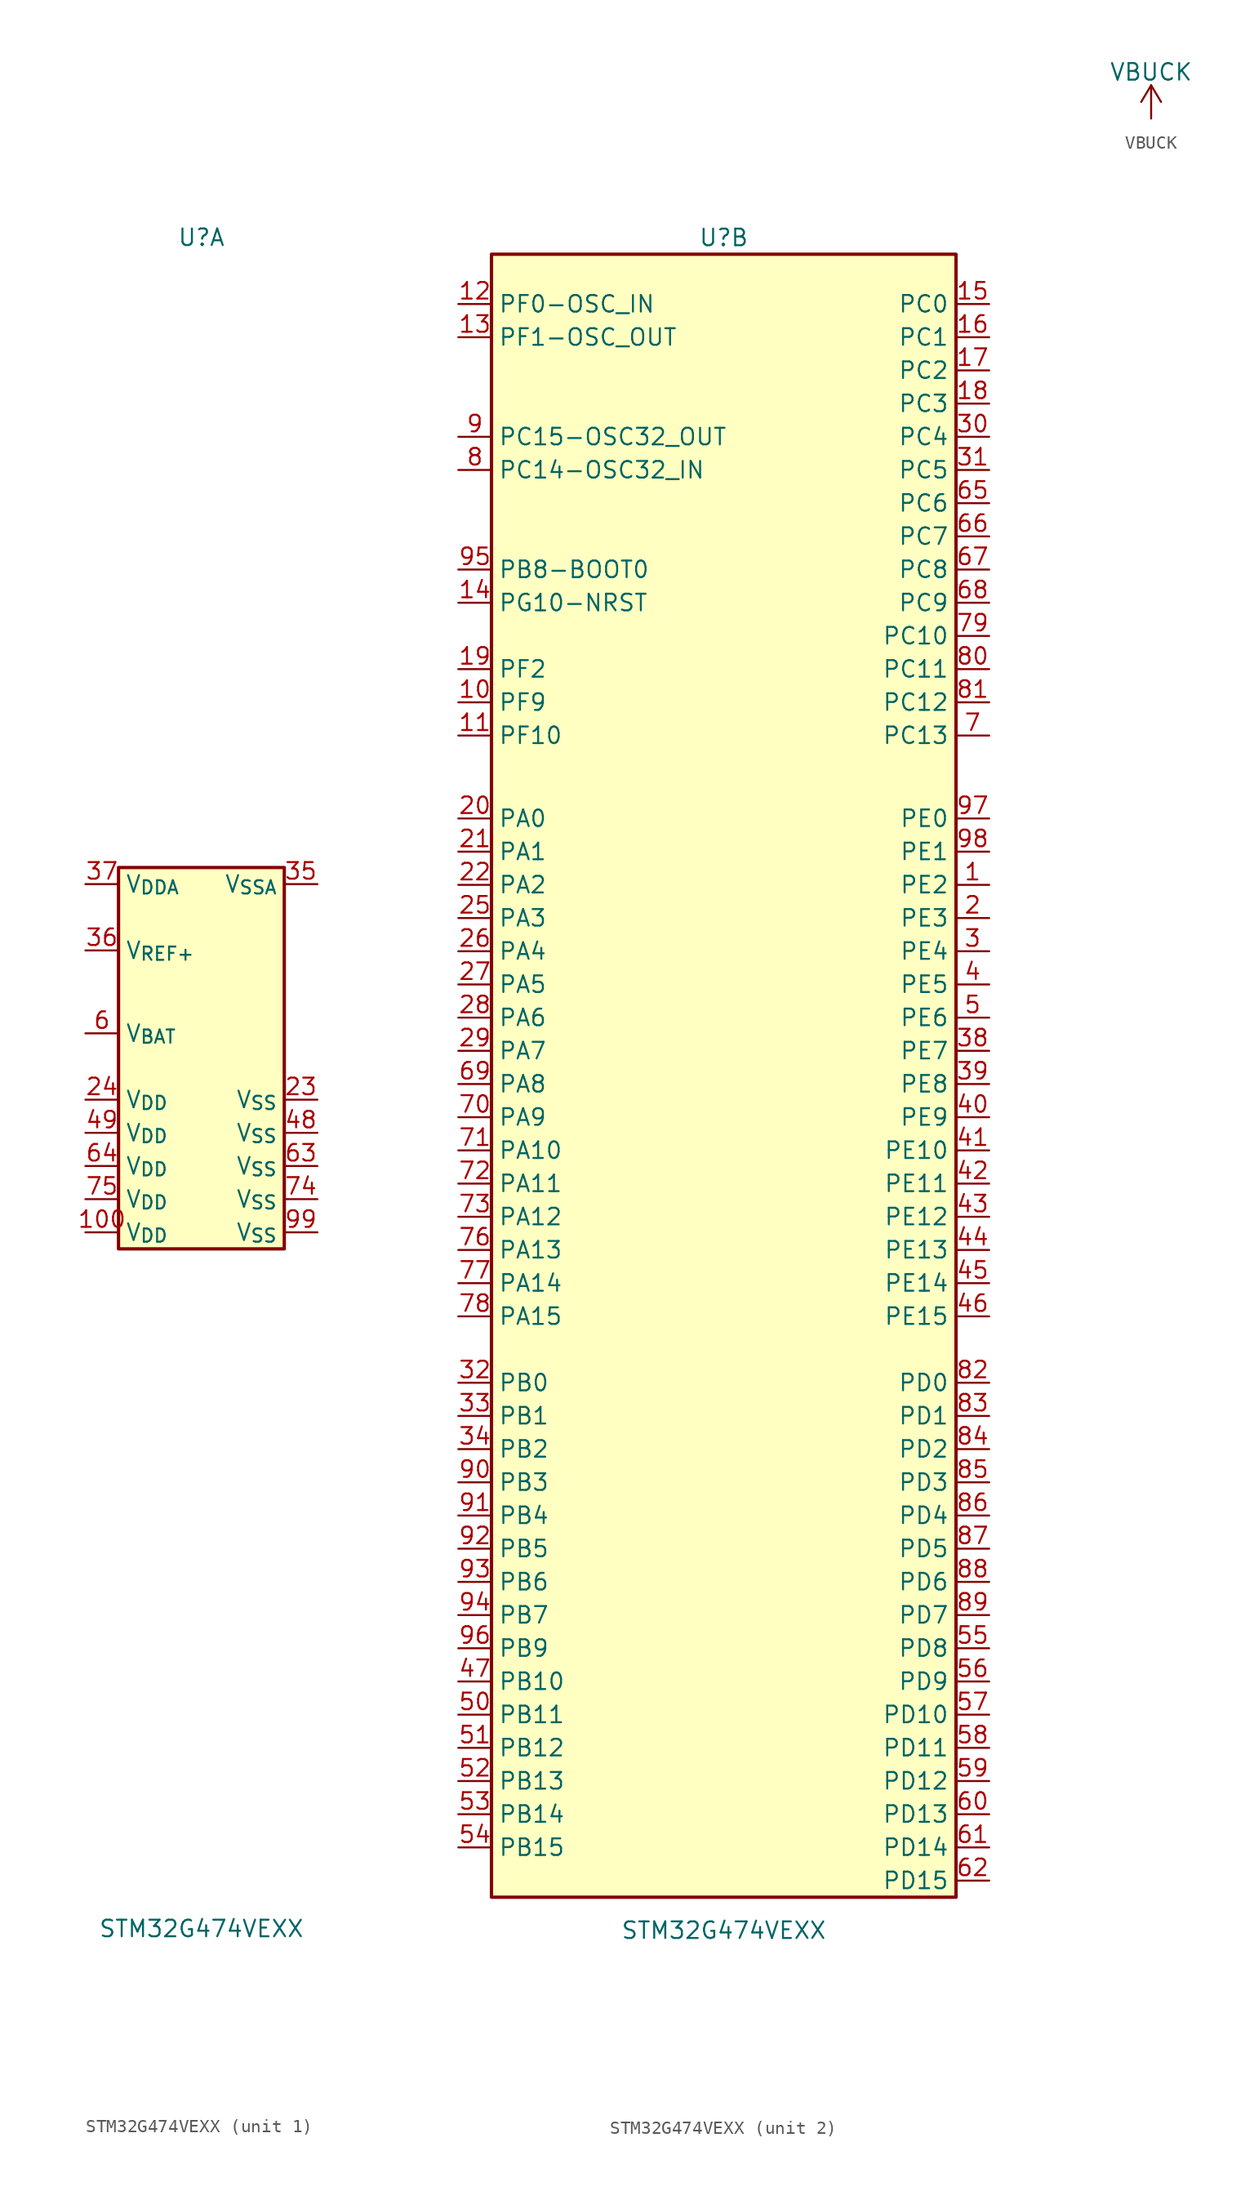
<source format=kicad_sym>
(kicad_symbol_lib
  (version 20220914)
  (generator kicad_symbol_editor)
  (symbol "STM32G474VEXX"
    (property "Reference" "U"
      (at 0 64.77 0)
      (effects (font (size 1.27 1.27))))
    (property "Value" "STM32G474VEXX"
      (at 0 -64.77 0)
      (effects (font (size 1.27 1.27))))
    (property "ki_locked" ""
      (at 0 0 0)
      (effects (font (size 1.27 1.27))))
    (symbol "STM32G474VEXX_1_1"
      (rectangle (start -6.35 16.51) (end 6.35 -12.7) (stroke (width 0.254) (type default)) (fill (type background)))
      (pin power_in line (at -8.89 -11.43 0) (length 2.54) (name "V_{DD}" (effects (font (size 1.27 1.27)))) (number "100" (effects (font (size 1.27 1.27)))))
      (pin power_in line (at 8.89 -1.27 180) (length 2.54) (name "V_{SS}" (effects (font (size 1.27 1.27)))) (number "23" (effects (font (size 1.27 1.27)))))
      (pin power_in line (at -8.89 -1.27 0) (length 2.54) (name "V_{DD}" (effects (font (size 1.27 1.27)))) (number "24" (effects (font (size 1.27 1.27)))))
      (pin power_in line (at 8.89 15.24 180) (length 2.54) (name "V_{SSA}" (effects (font (size 1.27 1.27)))) (number "35" (effects (font (size 1.27 1.27)))))
      (pin power_in line (at -8.89 10.16 0) (length 2.54) (name "V_{REF+}" (effects (font (size 1.27 1.27)))) (number "36" (effects (font (size 1.27 1.27)))))
      (pin power_in line (at -8.89 15.24 0) (length 2.54) (name "V_{DDA}" (effects (font (size 1.27 1.27)))) (number "37" (effects (font (size 1.27 1.27)))))
      (pin power_in line (at 8.89 -3.81 180) (length 2.54) (name "V_{SS}" (effects (font (size 1.27 1.27)))) (number "48" (effects (font (size 1.27 1.27)))))
      (pin power_in line (at -8.89 -3.81 0) (length 2.54) (name "V_{DD}" (effects (font (size 1.27 1.27)))) (number "49" (effects (font (size 1.27 1.27)))))
      (pin power_in line (at -8.89 3.81 0) (length 2.54) (name "V_{BAT}" (effects (font (size 1.27 1.27)))) (number "6" (effects (font (size 1.27 1.27)))))
      (pin power_in line (at 8.89 -6.35 180) (length 2.54) (name "V_{SS}" (effects (font (size 1.27 1.27)))) (number "63" (effects (font (size 1.27 1.27)))))
      (pin power_in line (at -8.89 -6.35 0) (length 2.54) (name "V_{DD}" (effects (font (size 1.27 1.27)))) (number "64" (effects (font (size 1.27 1.27)))))
      (pin power_in line (at 8.89 -8.89 180) (length 2.54) (name "V_{SS}" (effects (font (size 1.27 1.27)))) (number "74" (effects (font (size 1.27 1.27)))))
      (pin power_in line (at -8.89 -8.89 0) (length 2.54) (name "V_{DD}" (effects (font (size 1.27 1.27)))) (number "75" (effects (font (size 1.27 1.27)))))
      (pin power_in line (at 8.89 -11.43 180) (length 2.54) (name "V_{SS}" (effects (font (size 1.27 1.27)))) (number "99" (effects (font (size 1.27 1.27))))))
    (symbol "STM32G474VEXX_2_1"
      (rectangle (start -17.78 63.5) (end 17.78 -62.23) (stroke (width 0.254) (type default)) (fill (type background)))
      (pin power_in line (at 20.32 15.24 180) (length 2.54) (name "PE2" (effects (font (size 1.27 1.27)))) (number "1" (effects (font (size 1.27 1.27)))))
      (pin bidirectional line (at -20.32 29.21 0) (length 2.54) (name "PF9" (effects (font (size 1.27 1.27)))) (number "10" (effects (font (size 1.27 1.27)))))
      (pin bidirectional line (at -20.32 26.67 0) (length 2.54) (name "PF10" (effects (font (size 1.27 1.27)))) (number "11" (effects (font (size 1.27 1.27)))))
      (pin bidirectional line (at -20.32 59.69 0) (length 2.54) (name "PF0-OSC_IN" (effects (font (size 1.27 1.27)))) (number "12" (effects (font (size 1.27 1.27)))))
      (pin bidirectional line (at -20.32 57.15 0) (length 2.54) (name "PF1-OSC_OUT" (effects (font (size 1.27 1.27)))) (number "13" (effects (font (size 1.27 1.27)))))
      (pin bidirectional line (at -20.32 36.83 0) (length 2.54) (name "PG10-NRST" (effects (font (size 1.27 1.27)))) (number "14" (effects (font (size 1.27 1.27)))))
      (pin power_in line (at 20.32 59.69 180) (length 2.54) (name "PC0" (effects (font (size 1.27 1.27)))) (number "15" (effects (font (size 1.27 1.27)))))
      (pin power_in line (at 20.32 57.15 180) (length 2.54) (name "PC1" (effects (font (size 1.27 1.27)))) (number "16" (effects (font (size 1.27 1.27)))))
      (pin power_in line (at 20.32 54.61 180) (length 2.54) (name "PC2" (effects (font (size 1.27 1.27)))) (number "17" (effects (font (size 1.27 1.27)))))
      (pin power_in line (at 20.32 52.07 180) (length 2.54) (name "PC3" (effects (font (size 1.27 1.27)))) (number "18" (effects (font (size 1.27 1.27)))))
      (pin bidirectional line (at -20.32 31.75 0) (length 2.54) (name "PF2" (effects (font (size 1.27 1.27)))) (number "19" (effects (font (size 1.27 1.27)))))
      (pin power_in line (at 20.32 12.7 180) (length 2.54) (name "PE3" (effects (font (size 1.27 1.27)))) (number "2" (effects (font (size 1.27 1.27)))))
      (pin power_in line (at -20.32 20.32 0) (length 2.54) (name "PA0" (effects (font (size 1.27 1.27)))) (number "20" (effects (font (size 1.27 1.27)))))
      (pin bidirectional line (at -20.32 17.78 0) (length 2.54) (name "PA1" (effects (font (size 1.27 1.27)))) (number "21" (effects (font (size 1.27 1.27)))))
      (pin bidirectional line (at -20.32 15.24 0) (length 2.54) (name "PA2" (effects (font (size 1.27 1.27)))) (number "22" (effects (font (size 1.27 1.27)))))
      (pin bidirectional line (at -20.32 12.7 0) (length 2.54) (name "PA3" (effects (font (size 1.27 1.27)))) (number "25" (effects (font (size 1.27 1.27)))))
      (pin bidirectional line (at -20.32 10.16 0) (length 2.54) (name "PA4" (effects (font (size 1.27 1.27)))) (number "26" (effects (font (size 1.27 1.27)))))
      (pin bidirectional line (at -20.32 7.62 0) (length 2.54) (name "PA5" (effects (font (size 1.27 1.27)))) (number "27" (effects (font (size 1.27 1.27)))))
      (pin bidirectional line (at -20.32 5.08 0) (length 2.54) (name "PA6" (effects (font (size 1.27 1.27)))) (number "28" (effects (font (size 1.27 1.27)))))
      (pin bidirectional line (at -20.32 2.54 0) (length 2.54) (name "PA7" (effects (font (size 1.27 1.27)))) (number "29" (effects (font (size 1.27 1.27)))))
      (pin power_in line (at 20.32 10.16 180) (length 2.54) (name "PE4" (effects (font (size 1.27 1.27)))) (number "3" (effects (font (size 1.27 1.27)))))
      (pin power_in line (at 20.32 49.53 180) (length 2.54) (name "PC4" (effects (font (size 1.27 1.27)))) (number "30" (effects (font (size 1.27 1.27)))))
      (pin power_in line (at 20.32 46.99 180) (length 2.54) (name "PC5" (effects (font (size 1.27 1.27)))) (number "31" (effects (font (size 1.27 1.27)))))
      (pin bidirectional line (at -20.32 -22.86 0) (length 2.54) (name "PB0" (effects (font (size 1.27 1.27)))) (number "32" (effects (font (size 1.27 1.27)))))
      (pin bidirectional line (at -20.32 -25.4 0) (length 2.54) (name "PB1" (effects (font (size 1.27 1.27)))) (number "33" (effects (font (size 1.27 1.27)))))
      (pin bidirectional line (at -20.32 -27.94 0) (length 2.54) (name "PB2" (effects (font (size 1.27 1.27)))) (number "34" (effects (font (size 1.27 1.27)))))
      (pin power_in line (at 20.32 2.54 180) (length 2.54) (name "PE7" (effects (font (size 1.27 1.27)))) (number "38" (effects (font (size 1.27 1.27)))))
      (pin power_in line (at 20.32 0 180) (length 2.54) (name "PE8" (effects (font (size 1.27 1.27)))) (number "39" (effects (font (size 1.27 1.27)))))
      (pin power_in line (at 20.32 7.62 180) (length 2.54) (name "PE5" (effects (font (size 1.27 1.27)))) (number "4" (effects (font (size 1.27 1.27)))))
      (pin power_in line (at 20.32 -2.54 180) (length 2.54) (name "PE9" (effects (font (size 1.27 1.27)))) (number "40" (effects (font (size 1.27 1.27)))))
      (pin power_in line (at 20.32 -5.08 180) (length 2.54) (name "PE10" (effects (font (size 1.27 1.27)))) (number "41" (effects (font (size 1.27 1.27)))))
      (pin power_in line (at 20.32 -7.62 180) (length 2.54) (name "PE11" (effects (font (size 1.27 1.27)))) (number "42" (effects (font (size 1.27 1.27)))))
      (pin power_in line (at 20.32 -10.16 180) (length 2.54) (name "PE12" (effects (font (size 1.27 1.27)))) (number "43" (effects (font (size 1.27 1.27)))))
      (pin power_in line (at 20.32 -12.7 180) (length 2.54) (name "PE13" (effects (font (size 1.27 1.27)))) (number "44" (effects (font (size 1.27 1.27)))))
      (pin power_in line (at 20.32 -15.24 180) (length 2.54) (name "PE14" (effects (font (size 1.27 1.27)))) (number "45" (effects (font (size 1.27 1.27)))))
      (pin power_in line (at 20.32 -17.78 180) (length 2.54) (name "PE15" (effects (font (size 1.27 1.27)))) (number "46" (effects (font (size 1.27 1.27)))))
      (pin bidirectional line (at -20.32 -45.72 0) (length 2.54) (name "PB10" (effects (font (size 1.27 1.27)))) (number "47" (effects (font (size 1.27 1.27)))))
      (pin power_in line (at 20.32 5.08 180) (length 2.54) (name "PE6" (effects (font (size 1.27 1.27)))) (number "5" (effects (font (size 1.27 1.27)))))
      (pin bidirectional line (at -20.32 -48.26 0) (length 2.54) (name "PB11" (effects (font (size 1.27 1.27)))) (number "50" (effects (font (size 1.27 1.27)))))
      (pin bidirectional line (at -20.32 -50.8 0) (length 2.54) (name "PB12" (effects (font (size 1.27 1.27)))) (number "51" (effects (font (size 1.27 1.27)))))
      (pin bidirectional line (at -20.32 -53.34 0) (length 2.54) (name "PB13" (effects (font (size 1.27 1.27)))) (number "52" (effects (font (size 1.27 1.27)))))
      (pin bidirectional line (at -20.32 -55.88 0) (length 2.54) (name "PB14" (effects (font (size 1.27 1.27)))) (number "53" (effects (font (size 1.27 1.27)))))
      (pin bidirectional line (at -20.32 -58.42 0) (length 2.54) (name "PB15" (effects (font (size 1.27 1.27)))) (number "54" (effects (font (size 1.27 1.27)))))
      (pin bidirectional line (at 20.32 -43.18 180) (length 2.54) (name "PD8" (effects (font (size 1.27 1.27)))) (number "55" (effects (font (size 1.27 1.27)))))
      (pin bidirectional line (at 20.32 -45.72 180) (length 2.54) (name "PD9" (effects (font (size 1.27 1.27)))) (number "56" (effects (font (size 1.27 1.27)))))
      (pin bidirectional line (at 20.32 -48.26 180) (length 2.54) (name "PD10" (effects (font (size 1.27 1.27)))) (number "57" (effects (font (size 1.27 1.27)))))
      (pin bidirectional line (at 20.32 -50.8 180) (length 2.54) (name "PD11" (effects (font (size 1.27 1.27)))) (number "58" (effects (font (size 1.27 1.27)))))
      (pin bidirectional line (at 20.32 -53.34 180) (length 2.54) (name "PD12" (effects (font (size 1.27 1.27)))) (number "59" (effects (font (size 1.27 1.27)))))
      (pin bidirectional line (at 20.32 -55.88 180) (length 2.54) (name "PD13" (effects (font (size 1.27 1.27)))) (number "60" (effects (font (size 1.27 1.27)))))
      (pin bidirectional line (at 20.32 -58.42 180) (length 2.54) (name "PD14" (effects (font (size 1.27 1.27)))) (number "61" (effects (font (size 1.27 1.27)))))
      (pin bidirectional line (at 20.32 -60.96 180) (length 2.54) (name "PD15" (effects (font (size 1.27 1.27)))) (number "62" (effects (font (size 1.27 1.27)))))
      (pin power_in line (at 20.32 44.45 180) (length 2.54) (name "PC6" (effects (font (size 1.27 1.27)))) (number "65" (effects (font (size 1.27 1.27)))))
      (pin power_in line (at 20.32 41.91 180) (length 2.54) (name "PC7" (effects (font (size 1.27 1.27)))) (number "66" (effects (font (size 1.27 1.27)))))
      (pin power_in line (at 20.32 39.37 180) (length 2.54) (name "PC8" (effects (font (size 1.27 1.27)))) (number "67" (effects (font (size 1.27 1.27)))))
      (pin power_in line (at 20.32 36.83 180) (length 2.54) (name "PC9" (effects (font (size 1.27 1.27)))) (number "68" (effects (font (size 1.27 1.27)))))
      (pin bidirectional line (at -20.32 0 0) (length 2.54) (name "PA8" (effects (font (size 1.27 1.27)))) (number "69" (effects (font (size 1.27 1.27)))))
      (pin power_in line (at 20.32 26.67 180) (length 2.54) (name "PC13" (effects (font (size 1.27 1.27)))) (number "7" (effects (font (size 1.27 1.27)))))
      (pin bidirectional line (at -20.32 -2.54 0) (length 2.54) (name "PA9" (effects (font (size 1.27 1.27)))) (number "70" (effects (font (size 1.27 1.27)))))
      (pin bidirectional line (at -20.32 -5.08 0) (length 2.54) (name "PA10" (effects (font (size 1.27 1.27)))) (number "71" (effects (font (size 1.27 1.27)))))
      (pin bidirectional line (at -20.32 -7.62 0) (length 2.54) (name "PA11" (effects (font (size 1.27 1.27)))) (number "72" (effects (font (size 1.27 1.27)))))
      (pin bidirectional line (at -20.32 -10.16 0) (length 2.54) (name "PA12" (effects (font (size 1.27 1.27)))) (number "73" (effects (font (size 1.27 1.27)))))
      (pin bidirectional line (at -20.32 -12.7 0) (length 2.54) (name "PA13" (effects (font (size 1.27 1.27)))) (number "76" (effects (font (size 1.27 1.27)))))
      (pin bidirectional line (at -20.32 -15.24 0) (length 2.54) (name "PA14" (effects (font (size 1.27 1.27)))) (number "77" (effects (font (size 1.27 1.27)))))
      (pin bidirectional line (at -20.32 -17.78 0) (length 2.54) (name "PA15" (effects (font (size 1.27 1.27)))) (number "78" (effects (font (size 1.27 1.27)))))
      (pin power_in line (at 20.32 34.29 180) (length 2.54) (name "PC10" (effects (font (size 1.27 1.27)))) (number "79" (effects (font (size 1.27 1.27)))))
      (pin power_in line (at -20.32 46.99 0) (length 2.54) (name "PC14-OSC32_IN" (effects (font (size 1.27 1.27)))) (number "8" (effects (font (size 1.27 1.27)))))
      (pin power_in line (at 20.32 31.75 180) (length 2.54) (name "PC11" (effects (font (size 1.27 1.27)))) (number "80" (effects (font (size 1.27 1.27)))))
      (pin power_in line (at 20.32 29.21 180) (length 2.54) (name "PC12" (effects (font (size 1.27 1.27)))) (number "81" (effects (font (size 1.27 1.27)))))
      (pin bidirectional line (at 20.32 -22.86 180) (length 2.54) (name "PD0" (effects (font (size 1.27 1.27)))) (number "82" (effects (font (size 1.27 1.27)))))
      (pin bidirectional line (at 20.32 -25.4 180) (length 2.54) (name "PD1" (effects (font (size 1.27 1.27)))) (number "83" (effects (font (size 1.27 1.27)))))
      (pin bidirectional line (at 20.32 -27.94 180) (length 2.54) (name "PD2" (effects (font (size 1.27 1.27)))) (number "84" (effects (font (size 1.27 1.27)))))
      (pin bidirectional line (at 20.32 -30.48 180) (length 2.54) (name "PD3" (effects (font (size 1.27 1.27)))) (number "85" (effects (font (size 1.27 1.27)))))
      (pin bidirectional line (at 20.32 -33.02 180) (length 2.54) (name "PD4" (effects (font (size 1.27 1.27)))) (number "86" (effects (font (size 1.27 1.27)))))
      (pin bidirectional line (at 20.32 -35.56 180) (length 2.54) (name "PD5" (effects (font (size 1.27 1.27)))) (number "87" (effects (font (size 1.27 1.27)))))
      (pin bidirectional line (at 20.32 -38.1 180) (length 2.54) (name "PD6" (effects (font (size 1.27 1.27)))) (number "88" (effects (font (size 1.27 1.27)))))
      (pin bidirectional line (at 20.32 -40.64 180) (length 2.54) (name "PD7" (effects (font (size 1.27 1.27)))) (number "89" (effects (font (size 1.27 1.27)))))
      (pin power_in line (at -20.32 49.53 0) (length 2.54) (name "PC15-OSC32_OUT" (effects (font (size 1.27 1.27)))) (number "9" (effects (font (size 1.27 1.27)))))
      (pin bidirectional line (at -20.32 -30.48 0) (length 2.54) (name "PB3" (effects (font (size 1.27 1.27)))) (number "90" (effects (font (size 1.27 1.27)))))
      (pin bidirectional line (at -20.32 -33.02 0) (length 2.54) (name "PB4" (effects (font (size 1.27 1.27)))) (number "91" (effects (font (size 1.27 1.27)))))
      (pin bidirectional line (at -20.32 -35.56 0) (length 2.54) (name "PB5" (effects (font (size 1.27 1.27)))) (number "92" (effects (font (size 1.27 1.27)))))
      (pin bidirectional line (at -20.32 -38.1 0) (length 2.54) (name "PB6" (effects (font (size 1.27 1.27)))) (number "93" (effects (font (size 1.27 1.27)))))
      (pin bidirectional line (at -20.32 -40.64 0) (length 2.54) (name "PB7" (effects (font (size 1.27 1.27)))) (number "94" (effects (font (size 1.27 1.27)))))
      (pin bidirectional line (at -20.32 39.37 0) (length 2.54) (name "PB8-BOOT0" (effects (font (size 1.27 1.27)))) (number "95" (effects (font (size 1.27 1.27)))))
      (pin bidirectional line (at -20.32 -43.18 0) (length 2.54) (name "PB9" (effects (font (size 1.27 1.27)))) (number "96" (effects (font (size 1.27 1.27)))))
      (pin power_in line (at 20.32 20.32 180) (length 2.54) (name "PE0" (effects (font (size 1.27 1.27)))) (number "97" (effects (font (size 1.27 1.27)))))
      (pin power_in line (at 20.32 17.78 180) (length 2.54) (name "PE1" (effects (font (size 1.27 1.27)))) (number "98" (effects (font (size 1.27 1.27)))))))
  (symbol "VBUCK"
    (power)
    (pin_names
      (offset 0))
    (property "Reference" "#PWR"
      (at 0 -3.81 0)
      (effects (font (size 1.27 1.27)) hide))
    (property "Value" "VBUCK"
      (at 0 3.556 0)
      (effects (font (size 1.27 1.27))))
    (symbol "VBUCK_0_1"
      (polyline (pts (xy -0.762 1.27) (xy 0 2.54)) (stroke (width 0) (type default)) (fill (type none)))
      (polyline (pts (xy 0 0) (xy 0 2.54)) (stroke (width 0) (type default)) (fill (type none)))
      (polyline (pts (xy 0 2.54) (xy 0.762 1.27)) (stroke (width 0) (type default)) (fill (type none))))
    (symbol "VBUCK_1_1"
      (pin power_in line (at 0 0 90) (length 0) hide (name "VBUCK" (effects (font (size 1.27 1.27)))) (number "1" (effects (font (size 1.27 1.27))))))))
</source>
